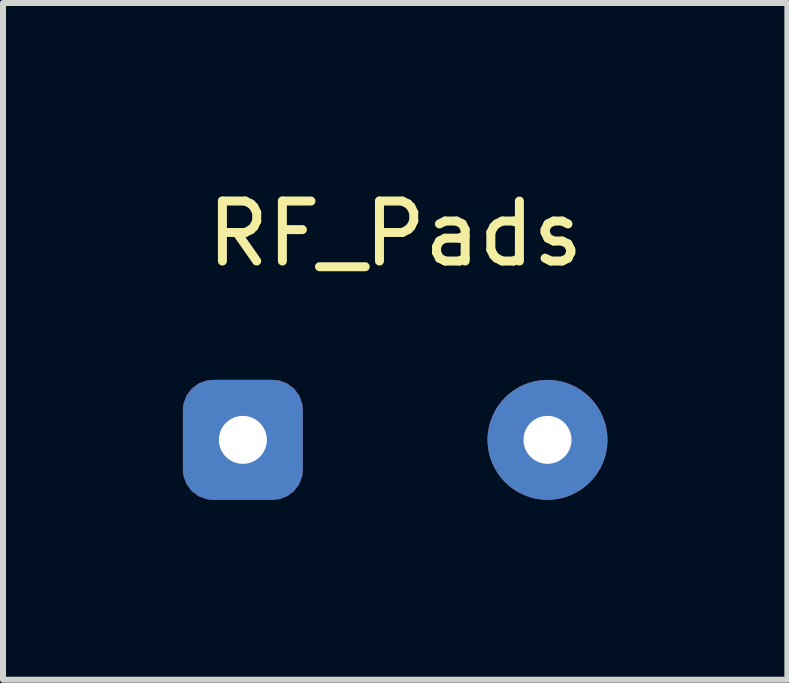
<source format=kicad_pcb>
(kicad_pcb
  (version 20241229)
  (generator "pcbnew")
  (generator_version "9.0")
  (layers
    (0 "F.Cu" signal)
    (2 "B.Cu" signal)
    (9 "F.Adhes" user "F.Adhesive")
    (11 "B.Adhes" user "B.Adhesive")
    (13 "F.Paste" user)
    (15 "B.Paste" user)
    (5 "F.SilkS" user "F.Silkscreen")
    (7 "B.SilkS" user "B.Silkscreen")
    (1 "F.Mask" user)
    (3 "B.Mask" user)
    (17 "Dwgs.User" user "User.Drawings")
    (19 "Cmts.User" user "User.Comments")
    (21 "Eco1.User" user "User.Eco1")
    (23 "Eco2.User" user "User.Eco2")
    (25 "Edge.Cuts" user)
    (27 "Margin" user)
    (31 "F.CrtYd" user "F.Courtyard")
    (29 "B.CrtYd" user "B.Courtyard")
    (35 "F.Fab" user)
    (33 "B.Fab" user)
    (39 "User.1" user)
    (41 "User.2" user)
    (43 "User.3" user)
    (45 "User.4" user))
  (footprint "RF_Pads"
    (layer "F.Cu")
    (at 3.54 4.285)
    (property "Reference" "RF_Pads" (at 0 -3.437 0) (layer "F.SilkS") (effects (font (size 1 1) (thickness 0.15))))
    (attr through_hole)
    (pad "1" thru_hole roundrect (at -2.54 0) (size 2 2) (drill 0.8) (layers "*.Cu" "*.Mask") (roundrect_rratio 0.25))
    (pad "2" thru_hole circle (at 2.54 0) (size 2 2) (drill 0.8) (layers "*.Cu" "*.Mask")))
  (gr_rect
    (start -3 -3)
    (end 10.08 8.285)
    (stroke (width 0.1) (type default))
    (fill no)
    (layer "Edge.Cuts")))
</source>
